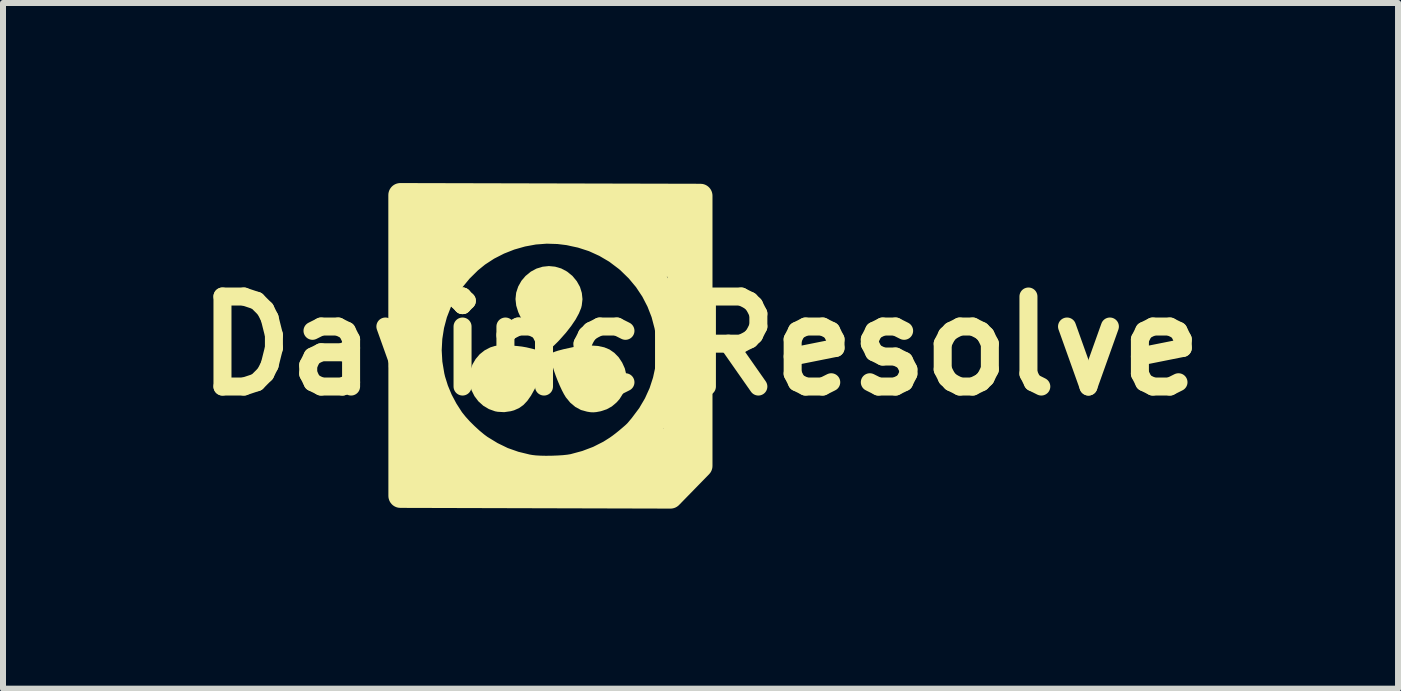
<source format=kicad_pcb>
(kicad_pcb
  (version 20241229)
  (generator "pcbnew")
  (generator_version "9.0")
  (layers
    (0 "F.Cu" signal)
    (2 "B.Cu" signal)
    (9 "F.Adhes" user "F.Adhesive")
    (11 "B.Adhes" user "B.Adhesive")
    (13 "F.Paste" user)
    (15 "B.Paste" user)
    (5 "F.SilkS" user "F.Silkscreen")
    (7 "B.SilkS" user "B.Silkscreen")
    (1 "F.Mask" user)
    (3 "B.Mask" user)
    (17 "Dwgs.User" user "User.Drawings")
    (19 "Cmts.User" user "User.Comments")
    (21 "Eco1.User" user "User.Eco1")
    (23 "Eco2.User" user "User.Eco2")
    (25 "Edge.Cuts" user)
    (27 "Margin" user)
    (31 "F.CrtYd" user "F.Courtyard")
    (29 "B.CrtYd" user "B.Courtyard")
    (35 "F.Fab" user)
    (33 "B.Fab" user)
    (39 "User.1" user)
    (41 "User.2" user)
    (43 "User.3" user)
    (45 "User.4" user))
  (footprint "DavinciResolve"
    (layer "F.Cu")
    (at 8.621 2.712)
    (property "Reference" "DavinciResolve" (at 0 0 0) (layer "F.SilkS") (effects (font (size 1.5 1.5) (thickness 0.3))))
    (attr board_only exclude_from_pos_files exclude_from_bom)
    (fp_rect (start -5.001 -2.4) (end -4.246 -0.914) (stroke (width 0.1) (type solid)) (fill yes) (layer "F.SilkS"))
    (fp_rect (start -5.001 0.349) (end -4.4 2.6) (stroke (width 0.1) (type solid)) (fill yes) (layer "F.SilkS"))
    (fp_rect (start -4.6 1.4) (end -3.9 2.6) (stroke (width 0.1) (type solid)) (fill yes) (layer "F.SilkS"))
    (fp_rect (start -4.5 -2.4) (end -0.1 -1.8) (stroke (width 0.1) (type solid)) (fill yes) (layer "F.SilkS"))
    (fp_rect (start -4.1 2) (end -2.7 2.6) (stroke (width 0.1) (type solid)) (fill yes) (layer "F.SilkS"))
    (fp_rect (start -1.909 1.943) (end -0.5 2.512) (stroke (width 0.1) (type solid)) (fill yes) (layer "F.SilkS"))
    (fp_rect (start -1.079 1.434) (end -0.2 2.228) (stroke (width 0.1) (type solid)) (fill yes) (layer "F.SilkS"))
    (fp_rect (start -1.072 -2.2) (end 0 -1.2) (stroke (width 0.1) (type solid)) (fill yes) (layer "F.SilkS"))
    (fp_rect (start -0.57 -0.335) (end 0.1 1.831) (stroke (width 0.1) (type solid)) (fill yes) (layer "F.SilkS"))
    (fp_rect (start -0.5 -1.4) (end -0.1 -0.2) (stroke (width 0.1) (type solid)) (fill yes) (layer "F.SilkS"))
    (fp_poly (pts (xy -2.422 -1.319) (xy -2.32 -1.289) (xy -2.224 -1.238) (xy -2.136 -1.167) (xy -2.133 -1.164) (xy -2.061 -1.077) (xy -2.008 -0.982) (xy -1.977 -0.881) (xy -1.966 -0.777) (xy -1.978 -0.673) (xy -1.988 -0.632) (xy -2.025 -0.541) (xy -2.08 -0.44) (xy -2.153 -0.332) (xy -2.241 -0.219) (xy -2.343 -0.104) (xy -2.384 -0.061) (xy -2.439 -0.007) (xy -2.481 0.03) (xy -2.509 0.049) (xy -2.52 0.052) (xy -2.542 0.045) (xy -2.574 0.027) (xy -2.595 0.01) (xy -2.657 -0.046) (xy -2.725 -0.116) (xy -2.795 -0.194) (xy -2.862 -0.275) (xy -2.92 -0.351) (xy -2.943 -0.386) (xy -2.975 -0.44) (xy -3.009 -0.502) (xy -3.035 -0.559) (xy -3.036 -0.561) (xy -3.07 -0.67) (xy -3.082 -0.779) (xy -3.071 -0.885) (xy -3.037 -0.988) (xy -2.983 -1.084) (xy -2.915 -1.164) (xy -2.827 -1.236) (xy -2.732 -1.287) (xy -2.63 -1.318) (xy -2.526 -1.329)) (stroke (width 0) (type solid)) (fill yes) (layer "F.SilkS"))
    (fp_poly (pts (xy -1.71 0.002) (xy -1.603 0.025) (xy -1.516 0.061) (xy -1.435 0.117) (xy -1.363 0.191) (xy -1.305 0.279) (xy -1.261 0.376) (xy -1.237 0.475) (xy -1.233 0.583) (xy -1.251 0.69) (xy -1.289 0.792) (xy -1.347 0.885) (xy -1.398 0.943) (xy -1.477 1.01) (xy -1.562 1.057) (xy -1.658 1.089) (xy -1.677 1.093) (xy -1.736 1.104) (xy -1.784 1.108) (xy -1.833 1.106) (xy -1.889 1.097) (xy -1.991 1.069) (xy -2.084 1.019) (xy -2.169 0.948) (xy -2.243 0.858) (xy -2.275 0.805) (xy -2.309 0.74) (xy -2.344 0.665) (xy -2.378 0.585) (xy -2.41 0.503) (xy -2.439 0.421) (xy -2.463 0.344) (xy -2.482 0.274) (xy -2.495 0.215) (xy -2.5 0.17) (xy -2.496 0.143) (xy -2.495 0.142) (xy -2.483 0.127) (xy -2.461 0.112) (xy -2.426 0.098) (xy -2.375 0.081) (xy -2.306 0.063) (xy -2.289 0.058) (xy -2.124 0.022) (xy -1.972 0.001) (xy -1.834 -0.006)) (stroke (width 0) (type solid)) (fill yes) (layer "F.SilkS"))
    (fp_poly (pts (xy -3.227 -0.007) (xy -3.142 -0.004) (xy -3.056 0.003) (xy -2.977 0.012) (xy -2.908 0.024) (xy -2.902 0.025) (xy -2.8 0.049) (xy -2.717 0.072) (xy -2.653 0.094) (xy -2.609 0.114) (xy -2.588 0.131) (xy -2.587 0.132) (xy -2.582 0.161) (xy -2.586 0.207) (xy -2.598 0.268) (xy -2.617 0.339) (xy -2.641 0.419) (xy -2.671 0.504) (xy -2.705 0.59) (xy -2.741 0.674) (xy -2.764 0.722) (xy -2.824 0.83) (xy -2.886 0.918) (xy -2.952 0.987) (xy -3.024 1.038) (xy -3.105 1.074) (xy -3.159 1.089) (xy -3.27 1.105) (xy -3.379 1.099) (xy -3.422 1.091) (xy -3.525 1.054) (xy -3.619 0.998) (xy -3.7 0.925) (xy -3.766 0.838) (xy -3.815 0.74) (xy -3.844 0.633) (xy -3.846 0.622) (xy -3.851 0.514) (xy -3.835 0.409) (xy -3.799 0.31) (xy -3.746 0.22) (xy -3.678 0.14) (xy -3.596 0.075) (xy -3.502 0.026) (xy -3.424 0.002) (xy -3.374 -0.005) (xy -3.306 -0.008)) (stroke (width 0) (type solid)) (fill yes) (layer "F.SilkS"))
    (fp_poly (pts (xy -0.000001 -0.000001) (xy -0.000001 2) (xy -0.5 2.512) (xy -5 2.5) (xy -5 0) (xy -4.616 -0.151) (xy -4.613 0.393) (xy -4.603 0.453) (xy -4.587 0.526) (xy -4.567 0.605) (xy -4.544 0.687) (xy -4.519 0.766) (xy -4.494 0.838) (xy -4.476 0.884) (xy -4.375 1.087) (xy -4.256 1.277) (xy -4.118 1.453) (xy -3.964 1.613) (xy -3.793 1.758) (xy -3.687 1.834) (xy -3.528 1.929) (xy -3.355 2.011) (xy -3.174 2.079) (xy -2.99 2.13) (xy -2.809 2.162) (xy -2.797 2.163) (xy -2.748 2.17) (xy -2.707 2.176) (xy -2.681 2.181) (xy -2.675 2.183) (xy -2.661 2.186) (xy -2.627 2.187) (xy -2.579 2.186) (xy -2.521 2.184) (xy -2.456 2.181) (xy -2.389 2.178) (xy -2.324 2.173) (xy -2.266 2.168) (xy -2.219 2.163) (xy -2.192 2.159) (xy -2.085 2.137) (xy -1.994 2.117) (xy -1.912 2.094) (xy -1.832 2.068) (xy -1.747 2.037) (xy -1.715 2.024) (xy -1.525 1.936) (xy -1.344 1.827) (xy -1.173 1.698) (xy -1.015 1.553) (xy -0.872 1.391) (xy -0.76 1.238) (xy -0.728 1.187) (xy -0.694 1.13) (xy -0.66 1.071) (xy -0.629 1.014) (xy -0.602 0.963) (xy -0.582 0.922) (xy -0.571 0.895) (xy -0.57 0.888) (xy -0.565 0.871) (xy -0.555 0.849) (xy -0.534 0.801) (xy -0.511 0.734) (xy -0.489 0.655) (xy -0.467 0.568) (xy -0.447 0.478) (xy -0.431 0.39) (xy -0.419 0.31) (xy -0.417 0.291) (xy -0.411 0.203) (xy -0.409 0.103) (xy -0.411 -0.003) (xy -0.416 -0.107) (xy -0.424 -0.203) (xy -0.435 -0.283) (xy -0.436 -0.291) (xy -0.468 -0.43) (xy -0.51 -0.574) (xy -0.558 -0.712) (xy -0.576 -0.756) (xy -0.602 -0.813) (xy -0.634 -0.876) (xy -0.669 -0.943) (xy -0.705 -1.007) (xy -0.74 -1.066) (xy -0.771 -1.115) (xy -0.796 -1.148) (xy -0.804 -1.157) (xy -0.808 -1.158) (xy -0.8 -1.141) (xy -0.782 -1.112) (xy -0.756 -1.071) (xy -0.756 -1.07) (xy -0.652 -0.891) (xy -0.566 -0.698) (xy -0.499 -0.497) (xy -0.451 -0.29) (xy -0.424 -0.081) (xy -0.419 0.068) (xy -0.422 0.159) (xy -0.432 0.264) (xy -0.446 0.374) (xy -0.464 0.481) (xy -0.485 0.576) (xy -0.489 0.59) (xy -0.509 0.661) (xy -0.533 0.735) (xy -0.559 0.808) (xy -0.586 0.878) (xy -0.613 0.94) (xy -0.638 0.993) (xy -0.659 1.034) (xy -0.677 1.058) (xy -0.688 1.063) (xy -0.696 1.062) (xy -0.693 1.068) (xy -0.693 1.088) (xy -0.707 1.123) (xy -0.734 1.169) (xy -0.77 1.224) (xy -0.814 1.286) (xy -0.865 1.352) (xy -0.92 1.419) (xy -0.977 1.485) (xy -1.035 1.546) (xy -1.058 1.569) (xy -1.218 1.71) (xy -1.393 1.834) (xy -1.582 1.941) (xy -1.781 2.029) (xy -1.989 2.097) (xy -2.122 2.129) (xy -2.195 2.141) (xy -2.284 2.15) (xy -2.383 2.157) (xy -2.486 2.161) (xy -2.588 2.162) (xy -2.68 2.16) (xy -2.758 2.154) (xy -2.774 2.152) (xy -2.998 2.112) (xy -3.212 2.051) (xy -3.413 1.97) (xy -3.604 1.869) (xy -3.784 1.747) (xy -3.953 1.604) (xy -4.024 1.536) (xy -4.171 1.37) (xy -4.298 1.192) (xy -4.406 1.002) (xy -4.492 0.802) (xy -4.558 0.592) (xy -4.594 0.43) (xy -4.602 0.385) (xy -4.609 0.355) (xy -4.614 0.343) (xy -4.616 0.349) (xy -5.001 0.349) (xy -5.001 0.065) (xy -4.64 0.065) (xy -4.64 0.104) (xy -4.637 0.15) (xy -4.635 0.197) (xy -4.631 0.24) (xy -4.628 0.273) (xy -4.625 0.29) (xy -4.624 0.291) (xy -4.623 0.28) (xy -4.623 0.249) (xy -4.622 0.203) (xy -4.622 0.144) (xy -4.622 0.084) (xy -4.621 0.074) (xy -4.512 0.074) (xy -4.5 0.285) (xy -4.465 0.496) (xy -4.449 0.564) (xy -4.397 0.73) (xy -4.327 0.898) (xy -4.24 1.062) (xy -4.141 1.216) (xy -4.127 1.235) (xy -4.065 1.312) (xy -3.989 1.396) (xy -3.903 1.481) (xy -3.815 1.562) (xy -3.728 1.634) (xy -3.662 1.683) (xy -3.477 1.796) (xy -3.288 1.888) (xy -3.092 1.957) (xy -2.887 2.007) (xy -2.829 2.017) (xy -2.76 2.025) (xy -2.674 2.03) (xy -2.577 2.032) (xy -2.474 2.031) (xy -2.372 2.027) (xy -2.276 2.021) (xy -2.192 2.012) (xy -2.125 2.001) (xy -2.124 2.001) (xy -1.909 1.943) (xy -1.708 1.867) (xy -1.52 1.772) (xy -1.403 1.698) (xy -1.349 1.66) (xy -1.29 1.615) (xy -1.229 1.566) (xy -1.171 1.517) (xy -1.119 1.472) (xy -1.079 1.434) (xy -1.058 1.411) (xy -1.043 1.393) (xy -1.017 1.362) (xy -0.986 1.325) (xy -0.978 1.314) (xy -0.852 1.146) (xy -0.845 1.134) (xy -0.779 1.134) (xy -0.773 1.14) (xy -0.768 1.134) (xy -0.773 1.128) (xy -0.779 1.134) (xy -0.845 1.134) (xy -0.832 1.111) (xy -0.791 1.111) (xy -0.785 1.116) (xy -0.779 1.111) (xy -0.785 1.105) (xy -0.791 1.111) (xy -0.832 1.111) (xy -0.808 1.07) (xy -0.756 1.07) (xy -0.752 1.08) (xy -0.748 1.078) (xy -0.747 1.064) (xy -0.748 1.062) (xy -0.755 1.064) (xy -0.756 1.07) (xy -0.808 1.07) (xy -0.777 1.018) (xy -0.733 1.018) (xy -0.727 1.023) (xy -0.721 1.018) (xy -0.675 1.018) (xy -0.669 1.023) (xy -0.663 1.018) (xy -0.669 1.012) (xy -0.675 1.018) (xy -0.721 1.018) (xy -0.727 1.012) (xy -0.733 1.018) (xy -0.777 1.018) (xy -0.747 0.966) (xy -0.661 0.777) (xy -0.597 0.58) (xy -0.553 0.378) (xy -0.531 0.172) (xy -0.531 -0.037) (xy -0.554 -0.247) (xy -0.57 -0.335) (xy -0.624 -0.54) (xy -0.7 -0.735) (xy -0.796 -0.921) (xy -0.913 -1.097) (xy -1.048 -1.259) (xy -1.202 -1.409) (xy -1.239 -1.44) (xy -1.41 -1.569) (xy -1.543 -1.647) (xy -1.299 -1.647) (xy -1.299 -1.644) (xy -1.282 -1.628) (xy -1.249 -1.602) (xy -1.236 -1.592) (xy -1.184 -1.55) (xy -1.123 -1.496) (xy -1.058 -1.434) (xy -0.994 -1.371) (xy -0.938 -1.311) (xy -0.894 -1.26) (xy -0.893 -1.259) (xy -0.859 -1.216) (xy -0.837 -1.193) (xy -0.829 -1.188) (xy -0.834 -1.202) (xy -0.839 -1.212) (xy -0.853 -1.231) (xy -0.881 -1.263) (xy -0.92 -1.304) (xy -0.967 -1.352) (xy -1.019 -1.403) (xy -1.072 -1.455) (xy -1.124 -1.505) (xy -1.171 -1.549) (xy -1.211 -1.585) (xy -1.241 -1.61) (xy -1.247 -1.615) (xy -1.282 -1.638) (xy -1.299 -1.647) (xy -1.543 -1.647) (xy -1.584 -1.671) (xy -1.336 -1.671) (xy -1.333 -1.665) (xy -1.321 -1.652) (xy -1.314 -1.655) (xy -1.314 -1.657) (xy -1.322 -1.666) (xy -1.328 -1.67) (xy -1.336 -1.671) (xy -1.584 -1.671) (xy -1.592 -1.676) (xy -1.759 -1.752) (xy -1.462 -1.752) (xy -1.455 -1.744) (xy -1.428 -1.725) (xy -1.406 -1.71) (xy -1.372 -1.688) (xy -1.354 -1.678) (xy -1.35 -1.679) (xy -1.358 -1.689) (xy -1.359 -1.69) (xy -1.376 -1.704) (xy -1.405 -1.723) (xy -1.421 -1.732) (xy -1.451 -1.748) (xy -1.462 -1.752) (xy -1.759 -1.752) (xy -1.785 -1.764) (xy -1.989 -1.83) (xy -2.129 -1.86) (xy -1.672 -1.86) (xy -1.665 -1.855) (xy -1.643 -1.842) (xy -1.611 -1.824) (xy -1.573 -1.804) (xy -1.536 -1.784) (xy -1.505 -1.768) (xy -1.484 -1.758) (xy -1.48 -1.757) (xy -1.477 -1.762) (xy -1.487 -1.769) (xy -1.512 -1.784) (xy -1.546 -1.802) (xy -1.585 -1.822) (xy -1.623 -1.84) (xy -1.653 -1.854) (xy -1.67 -1.86) (xy -1.672 -1.86) (xy -2.129 -1.86) (xy -2.159 -1.867) (xy -1.698 -1.867) (xy -1.692 -1.861) (xy -1.686 -1.867) (xy -1.692 -1.872) (xy -1.698 -1.867) (xy -2.159 -1.867) (xy -2.203 -1.876) (xy -2.237 -1.88) (xy -1.729 -1.88) (xy -1.727 -1.873) (xy -1.721 -1.872) (xy -1.712 -1.877) (xy -1.713 -1.88) (xy -1.727 -1.882) (xy -1.729 -1.88) (xy -2.237 -1.88) (xy -2.368 -1.896) (xy -2.561 -1.902) (xy -1.787 -1.902) (xy -1.779 -1.896) (xy -1.758 -1.886) (xy -1.75 -1.884) (xy -1.748 -1.889) (xy -1.756 -1.896) (xy -1.777 -1.906) (xy -1.785 -1.907) (xy -1.787 -1.902) (xy -2.561 -1.902) (xy -2.567 -1.902) (xy -2.768 -1.887) (xy -2.969 -1.85) (xy -3.166 -1.794) (xy -3.356 -1.719) (xy -3.538 -1.626) (xy -3.707 -1.516) (xy -3.841 -1.407) (xy -3.996 -1.254) (xy -4.131 -1.09) (xy -4.246 -0.914) (xy -4.341 -0.73) (xy -4.416 -0.537) (xy -4.469 -0.338) (xy -4.501 -0.134) (xy -4.512 0.074) (xy -4.621 0.074) (xy -4.619 -0.042) (xy -4.612 -0.152) (xy -4.602 -0.242) (xy -4.602 -0.243) (xy -4.594 -0.297) (xy -4.589 -0.337) (xy -4.587 -0.362) (xy -4.588 -0.369) (xy -4.592 -0.358) (xy -4.599 -0.326) (xy -4.604 -0.3) (xy -4.617 -0.216) (xy -4.628 -0.124) (xy -4.636 -0.034) (xy -4.64 0.045) (xy -4.64 0.065) (xy -5.001 0.065) (xy -5.001 -0.000001) (xy -5.001 -0.414) (xy -4.576 -0.414) (xy -4.571 -0.424) (xy -4.562 -0.452) (xy -4.554 -0.477) (xy -4.54 -0.526) (xy -4.526 -0.571) (xy -4.515 -0.603) (xy -4.513 -0.609) (xy -4.505 -0.634) (xy -4.505 -0.648) (xy -4.505 -0.648) (xy -4.511 -0.641) (xy -4.521 -0.616) (xy -4.534 -0.58) (xy -4.547 -0.538) (xy -4.56 -0.494) (xy -4.57 -0.454) (xy -4.576 -0.425) (xy -4.576 -0.424) (xy -4.576 -0.414) (xy -5.001 -0.414) (xy -5.001 -0.673) (xy -4.501 -0.673) (xy -4.496 -0.675) (xy -4.485 -0.695) (xy -4.469 -0.729) (xy -4.462 -0.744) (xy -4.438 -0.796) (xy -4.414 -0.848) (xy -4.393 -0.891) (xy -4.392 -0.893) (xy -4.377 -0.925) (xy -4.368 -0.947) (xy -4.368 -0.954) (xy -4.375 -0.944) (xy -4.39 -0.917) (xy -4.409 -0.879) (xy -4.431 -0.834) (xy -4.453 -0.787) (xy -4.474 -0.742) (xy -4.489 -0.705) (xy -4.499 -0.68) (xy -4.501 -0.673) (xy -5.001 -0.673) (xy -5.001 -0.971) (xy -4.357 -0.971) (xy -4.356 -0.965) (xy -4.347 -0.974) (xy -4.338 -0.989) (xy -4.331 -1.007) (xy -4.331 -1.012) (xy -4.341 -1.003) (xy -4.35 -0.989) (xy -4.357 -0.971) (xy -5.001 -0.971) (xy -5.001 -1.035) (xy -4.316 -1.035) (xy -4.312 -1.039) (xy -4.3 -1.057) (xy -4.277 -1.088) (xy -4.247 -1.13) (xy -4.213 -1.177) (xy -4.211 -1.179) (xy -4.171 -1.231) (xy -4.119 -1.292) (xy -4.062 -1.356) (xy -4.006 -1.415) (xy -3.991 -1.43) (xy -3.949 -1.472) (xy -3.919 -1.504) (xy -3.9 -1.524) (xy -3.895 -1.532) (xy -3.903 -1.527) (xy -3.954 -1.483) (xy -4.012 -1.425) (xy -4.075 -1.358) (xy -4.138 -1.287) (xy -4.197 -1.215) (xy -4.248 -1.147) (xy -4.288 -1.088) (xy -4.303 -1.063) (xy -4.314 -1.041) (xy -4.316 -1.035) (xy -5.001 -1.035) (xy -5.001 -1.558) (xy -3.847 -1.558) (xy -3.836 -1.566) (xy -3.82 -1.582) (xy -3.807 -1.599) (xy -3.805 -1.605) (xy -3.816 -1.597) (xy -3.832 -1.582) (xy -3.846 -1.565) (xy -3.847 -1.558) (xy -5.001 -1.558) (xy -5.001 -1.618) (xy -3.779 -1.618) (xy -3.767 -1.624) (xy -3.746 -1.637) (xy -3.722 -1.654) (xy -3.7 -1.672) (xy -3.693 -1.679) (xy -3.694 -1.681) (xy -3.71 -1.673) (xy -3.719 -1.668) (xy -3.751 -1.647) (xy -3.776 -1.625) (xy -3.778 -1.623) (xy -3.779 -1.618) (xy -5.001 -1.618) (xy -5.001 -1.7) (xy -3.666 -1.7) (xy -3.664 -1.698) (xy -3.647 -1.706) (xy -3.619 -1.722) (xy -3.587 -1.743) (xy -3.566 -1.758) (xy -3.559 -1.764) (xy -3.567 -1.763) (xy -3.588 -1.753) (xy -3.616 -1.737) (xy -3.642 -1.72) (xy -3.662 -1.705) (xy -3.666 -1.7) (xy -5.001 -1.7) (xy -5.001 -1.774) (xy -3.547 -1.774) (xy -3.541 -1.768) (xy -3.536 -1.774) (xy -3.541 -1.779) (xy -3.547 -1.774) (xy -5.001 -1.774) (xy -5.001 -1.785) (xy -3.524 -1.785) (xy -3.515 -1.787) (xy -3.491 -1.796) (xy -3.472 -1.805) (xy -3.443 -1.82) (xy -3.426 -1.831) (xy -3.424 -1.835) (xy -3.436 -1.833) (xy -3.46 -1.823) (xy -3.488 -1.809) (xy -3.512 -1.795) (xy -3.524 -1.786) (xy -3.524 -1.785) (xy -5.001 -1.785) (xy -5.001 -1.843) (xy -3.408 -1.843) (xy -3.402 -1.838) (xy -3.396 -1.843) (xy -3.402 -1.849) (xy -3.408 -1.843) (xy -5.001 -1.843) (xy -5.001 -1.857) (xy -3.38 -1.857) (xy -3.379 -1.85) (xy -3.373 -1.849) (xy -3.363 -1.853) (xy -3.365 -1.857) (xy -3.379 -1.858) (xy -3.38 -1.857) (xy -5.001 -1.857) (xy -5.001 -1.864) (xy -3.348 -1.864) (xy -3.337 -1.867) (xy -3.334 -1.867) (xy -3.32 -1.877) (xy -3.32 -1.882) (xy -3.332 -1.881) (xy -3.341 -1.874) (xy -3.348 -1.864) (xy -5.001 -1.864) (xy -5.001 -1.892) (xy -3.299 -1.892) (xy -3.297 -1.885) (xy -3.291 -1.884) (xy -3.282 -1.888) (xy -3.284 -1.892) (xy -3.297 -1.893) (xy -3.299 -1.892) (xy -5.001 -1.892) (xy -5.001 -1.898) (xy -3.266 -1.898) (xy -3.262 -1.896) (xy -3.243 -1.902) (xy -3.233 -1.907) (xy -3.224 -1.917) (xy -3.227 -1.919) (xy -3.246 -1.913) (xy -3.256 -1.907) (xy -3.266 -1.898) (xy -5.001 -1.898) (xy -5.001 -1.927) (xy -3.206 -1.927) (xy -3.204 -1.92) (xy -3.198 -1.919) (xy -3.189 -1.923) (xy -3.19 -1.926) (xy -1.856 -1.926) (xy -1.843 -1.919) (xy -1.819 -1.91) (xy -1.806 -1.909) (xy -1.81 -1.916) (xy -1.814 -1.919) (xy -1.839 -1.929) (xy -1.849 -1.93) (xy -1.856 -1.926) (xy -3.19 -1.926) (xy -3.191 -1.927) (xy -3.204 -1.928) (xy -3.206 -1.927) (xy -5.001 -1.927) (xy -5.001 -1.938) (xy -3.171 -1.938) (xy -3.17 -1.931) (xy -3.163 -1.931) (xy -3.154 -1.935) (xy -3.156 -1.938) (xy -1.892 -1.938) (xy -1.89 -1.931) (xy -1.884 -1.931) (xy -1.874 -1.935) (xy -1.876 -1.938) (xy -1.89 -1.94) (xy -1.892 -1.938) (xy -3.156 -1.938) (xy -3.169 -1.94) (xy -3.171 -1.938) (xy -5.001 -1.938) (xy -5.001 -1.945) (xy -3.135 -1.945) (xy -3.124 -1.943) (xy -3.109 -1.945) (xy -3.108 -1.949) (xy -3.112 -1.95) (xy -1.927 -1.95) (xy -1.925 -1.943) (xy -1.919 -1.942) (xy -1.909 -1.946) (xy -1.911 -1.95) (xy -1.925 -1.951) (xy -1.927 -1.95) (xy -3.112 -1.95) (xy -3.124 -1.952) (xy -3.131 -1.95) (xy -3.135 -1.945) (xy -5.001 -1.945) (xy -5.001 -1.962) (xy -3.09 -1.962) (xy -3.088 -1.955) (xy -3.082 -1.954) (xy -3.072 -1.958) (xy -3.074 -1.962) (xy -1.973 -1.962) (xy -1.972 -1.955) (xy -1.965 -1.954) (xy -1.956 -1.958) (xy -1.958 -1.962) (xy -1.972 -1.963) (xy -1.973 -1.962) (xy -3.074 -1.962) (xy -3.088 -1.963) (xy -3.09 -1.962) (xy -5.001 -1.962) (xy -5.001 -1.969) (xy -3.042 -1.969) (xy -3.035 -1.967) (xy -3.029 -1.968) (xy -2.019 -1.968) (xy -2.007 -1.966) (xy -1.992 -1.969) (xy -1.992 -1.973) (xy -2.007 -1.975) (xy -2.014 -1.973) (xy -2.019 -1.968) (xy -3.029 -1.968) (xy -3.011 -1.972) (xy -2.995 -1.977) (xy -2.99 -1.98) (xy -2.065 -1.98) (xy -2.054 -1.978) (xy -2.039 -1.98) (xy -2.038 -1.984) (xy -2.054 -1.987) (xy -2.061 -1.985) (xy -2.065 -1.98) (xy -2.99 -1.98) (xy -2.982 -1.985) (xy -2.989 -1.987) (xy -3.014 -1.983) (xy -3.03 -1.977) (xy -3.042 -1.969) (xy -5.001 -1.969) (xy -5.001 -1.992) (xy -2.958 -1.992) (xy -2.942 -1.991) (xy -2.926 -1.992) (xy -2.928 -1.996) (xy -2.929 -1.996) (xy -2.113 -1.996) (xy -2.111 -1.99) (xy -2.105 -1.989) (xy -2.095 -1.993) (xy -2.097 -1.996) (xy -2.111 -1.998) (xy -2.113 -1.996) (xy -2.929 -1.996) (xy -2.952 -1.998) (xy -2.957 -1.996) (xy -2.958 -1.992) (xy -5.001 -1.992) (xy -5.001 -2.005) (xy -2.886 -2.005) (xy -2.87 -2.003) (xy -2.867 -2.003) (xy -2.848 -2.004) (xy -2.202 -2.004) (xy -2.186 -2.002) (xy -2.17 -2.004) (xy -2.172 -2.008) (xy -2.196 -2.01) (xy -2.201 -2.008) (xy -2.202 -2.004) (xy -2.848 -2.004) (xy -2.847 -2.004) (xy -2.845 -2.008) (xy -2.846 -2.008) (xy -2.869 -2.01) (xy -2.881 -2.008) (xy -2.886 -2.005) (xy -5.001 -2.005) (xy -5.001 -2.016) (xy -2.804 -2.016) (xy -2.789 -2.014) (xy -2.785 -2.014) (xy -2.766 -2.016) (xy -2.765 -2.016) (xy -2.281 -2.016) (xy -2.266 -2.014) (xy -2.262 -2.014) (xy -2.242 -2.016) (xy -2.24 -2.019) (xy -2.241 -2.02) (xy -2.265 -2.022) (xy -2.276 -2.02) (xy -2.281 -2.016) (xy -2.765 -2.016) (xy -2.764 -2.019) (xy -2.765 -2.02) (xy -2.788 -2.022) (xy -2.8 -2.02) (xy -2.804 -2.016) (xy -5.001 -2.016) (xy -5.001 -2.029) (xy -2.703 -2.029) (xy -2.691 -2.027) (xy -2.669 -2.027) (xy -2.642 -2.028) (xy -2.633 -2.029) (xy -2.412 -2.029) (xy -2.399 -2.028) (xy -2.373 -2.027) (xy -2.344 -2.028) (xy -2.333 -2.03) (xy -2.341 -2.032) (xy -2.378 -2.034) (xy -2.405 -2.032) (xy -2.412 -2.029) (xy -2.633 -2.029) (xy -2.631 -2.03) (xy -2.637 -2.032) (xy -2.669 -2.034) (xy -2.695 -2.032) (xy -2.703 -2.029) (xy -5.001 -2.029) (xy -5.001 -2.512) (xy -0.000001 -2.5) (xy -0.000001 -2.512)) (stroke (width 0.4) (type solid)) (fill no) (layer "F.SilkS")))
  (gr_rect
    (start -3 -3)
    (end 20.243 8.424)
    (stroke (width 0.1) (type default))
    (fill no)
    (layer "Edge.Cuts")))
</source>
